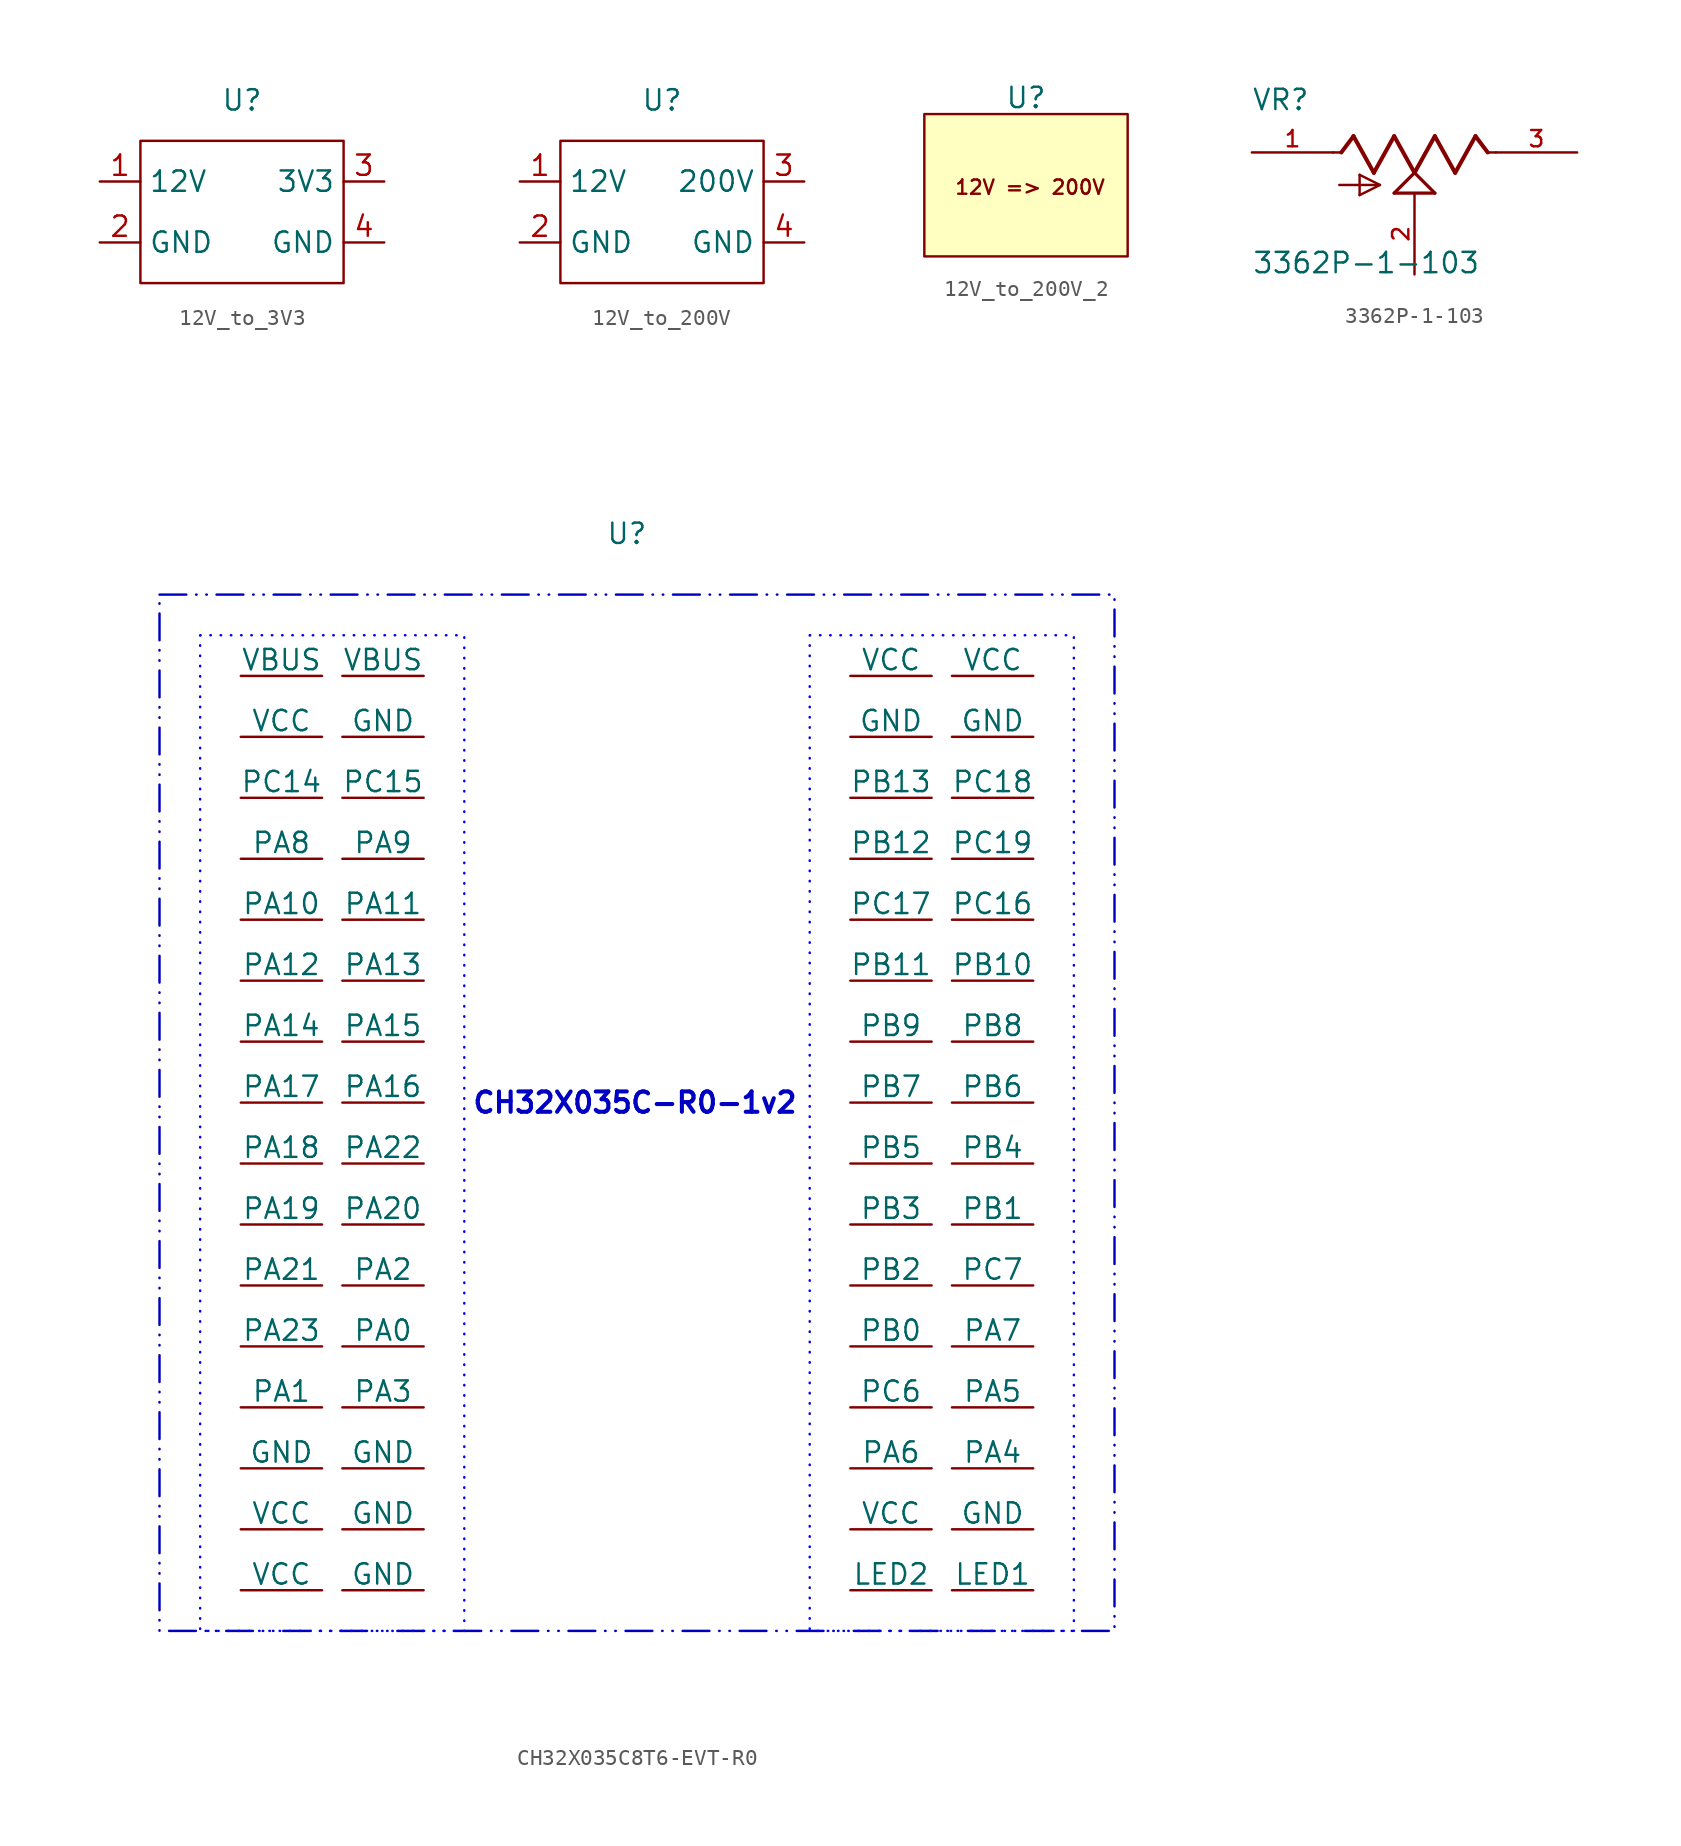
<source format=kicad_sym>
(kicad_symbol_lib
  (version 20231120)
  (generator "kicad_symbol_editor")
  (generator_version "8.0")
  (symbol "12V_to_3V3"
    (property "Reference" "U"
      (at 0 0 0)
      (effects (font (size 1.27 1.27))))
    (property "Value" ""
      (at 0 -3.81 0)
      (effects (font (size 1.27 1.27))))
    (symbol "12V_to_3V3_0_1"
      (rectangle (start -6.35 -2.54) (end 6.35 -11.43) (stroke (width 0) (type default)) (fill (type none))))
    (symbol "12V_to_3V3_1_1"
      (pin power_in line (at -8.89 -5.08 0) (length 2.54) (name "12V" (effects (font (size 1.27 1.27)))) (number "1" (effects (font (size 1.27 1.27)))))
      (pin power_in line (at -8.89 -8.89 0) (length 2.54) (name "GND" (effects (font (size 1.27 1.27)))) (number "2" (effects (font (size 1.27 1.27)))))
      (pin power_out line (at 8.89 -5.08 180) (length 2.54) (name "3V3" (effects (font (size 1.27 1.27)))) (number "3" (effects (font (size 1.27 1.27)))))
      (pin power_out line (at 8.89 -8.89 180) (length 2.54) (name "GND" (effects (font (size 1.27 1.27)))) (number "4" (effects (font (size 1.27 1.27)))))))
  (symbol "12V_to_200V"
    (property "Reference" "U"
      (at 0 0 0)
      (effects (font (size 1.27 1.27))))
    (property "Value" ""
      (at 0 -3.81 0)
      (effects (font (size 1.27 1.27))))
    (symbol "12V_to_200V_0_1"
      (rectangle (start -6.35 -2.54) (end 6.35 -11.43) (stroke (width 0) (type default)) (fill (type none))))
    (symbol "12V_to_200V_1_1"
      (pin power_in line (at -8.89 -5.08 0) (length 2.54) (name "12V" (effects (font (size 1.27 1.27)))) (number "1" (effects (font (size 1.27 1.27)))))
      (pin bidirectional line (at -8.89 -8.89 0) (length 2.54) (name "GND" (effects (font (size 1.27 1.27)))) (number "2" (effects (font (size 1.27 1.27)))))
      (pin power_out line (at 8.89 -5.08 180) (length 2.54) (name "200V" (effects (font (size 1.27 1.27)))) (number "3" (effects (font (size 1.27 1.27)))))
      (pin bidirectional line (at 8.89 -8.89 180) (length 2.54) (name "GND" (effects (font (size 1.27 1.27)))) (number "4" (effects (font (size 1.27 1.27)))))))
  (symbol "12V_to_200V_2"
    (property "Reference" "U"
      (at 0 -1.524 0)
      (effects (font (size 1.27 1.27))))
    (property "Value" ""
      (at 0 -3.81 0)
      (effects (font (size 1.27 1.27))))
    (symbol "12V_to_200V_2_1_1"
      (rectangle (start -6.35 -2.54) (end 6.35 -11.43) (stroke (width 0) (type default)) (fill (type background)))
      (text "12V => 200V" (at 0.254 -7.112 0) (effects (font (size 0.889 0.889))))))
  (symbol "3362P-1-103"
    (pin_names
      (offset 1.016))
    (property "Reference" "VR"
      (at -10.182 2.546 0)
      (effects (font (size 1.27 1.27)) (justify left bottom)))
    (property "Value" "3362P-1-103"
      (at -10.165 -7.642 0)
      (effects (font (size 1.27 1.27)) (justify left bottom)))
    (symbol "3362P-1-103_0_0"
      (polyline (pts (xy -5.08 0) (xy -4.572 0)) (stroke (width 0.152) (type default)) (fill (type none)))
      (polyline (pts (xy -4.699 -2.032) (xy -2.159 -2.032)) (stroke (width 0.152) (type default)) (fill (type none)))
      (polyline (pts (xy -4.572 0) (xy -3.81 1.016)) (stroke (width 0.254) (type default)) (fill (type none)))
      (polyline (pts (xy -3.81 1.016) (xy -2.54 -1.27)) (stroke (width 0.254) (type default)) (fill (type none)))
      (polyline (pts (xy -3.429 -2.667) (xy -3.429 -1.397)) (stroke (width 0.152) (type default)) (fill (type none)))
      (polyline (pts (xy -3.429 -1.397) (xy -2.159 -2.032)) (stroke (width 0.152) (type default)) (fill (type none)))
      (polyline (pts (xy -2.54 -1.27) (xy -1.27 1.016)) (stroke (width 0.254) (type default)) (fill (type none)))
      (polyline (pts (xy -2.159 -2.032) (xy -3.429 -2.667)) (stroke (width 0.152) (type default)) (fill (type none)))
      (polyline (pts (xy -1.27 -2.54) (xy 0 -1.27)) (stroke (width 0.203) (type default)) (fill (type none)))
      (polyline (pts (xy -1.27 1.016) (xy 0 -1.27)) (stroke (width 0.254) (type default)) (fill (type none)))
      (polyline (pts (xy 0 -1.27) (xy 1.27 -2.54)) (stroke (width 0.203) (type default)) (fill (type none)))
      (polyline (pts (xy 0 -1.27) (xy 1.27 1.016)) (stroke (width 0.254) (type default)) (fill (type none)))
      (polyline (pts (xy 1.27 -2.54) (xy -1.27 -2.54)) (stroke (width 0.203) (type default)) (fill (type none)))
      (polyline (pts (xy 1.27 1.016) (xy 2.54 -1.27)) (stroke (width 0.254) (type default)) (fill (type none)))
      (polyline (pts (xy 2.54 -1.27) (xy 3.81 1.016)) (stroke (width 0.254) (type default)) (fill (type none)))
      (polyline (pts (xy 3.81 1.016) (xy 4.572 0)) (stroke (width 0.254) (type default)) (fill (type none)))
      (polyline (pts (xy 4.572 0) (xy 5.08 0)) (stroke (width 0.152) (type default)) (fill (type none)))
      (pin passive line (at -10.16 0 0) (length 5.08) (name "~" (effects (font (size 1.016 1.016)))) (number "1" (effects (font (size 1.016 1.016)))))
      (pin passive line (at 0 -7.62 90) (length 5.08) (name "~" (effects (font (size 1.016 1.016)))) (number "2" (effects (font (size 1.016 1.016)))))
      (pin passive line (at 10.16 0 180) (length 5.08) (name "~" (effects (font (size 1.016 1.016)))) (number "3" (effects (font (size 1.016 1.016)))))))
  (symbol "CH32X035C8T6-EVT-R0"
    (pin_numbers hide)
    (pin_names
      (offset 0))
    (property "Reference" "U"
      (at 0 0 0)
      (effects (font (size 1.27 1.27))))
    (property "Value" ""
      (at 0 0 0)
      (effects (font (size 1.27 1.27))))
    (symbol "CH32X035C8T6-EVT-R0_1_1"
      (rectangle (start -29.21 -3.81) (end 30.48 -68.58) (stroke (width 0) (type dash_dot_dot) (color 0 0 194 1)) (fill (type none)))
      (rectangle (start -26.67 -6.35) (end -10.16 -68.58) (stroke (width 0) (type dot) (color 0 0 255 1)) (fill (type none)))
      (rectangle (start 11.43 -6.35) (end 27.94 -68.58) (stroke (width 0) (type dot) (color 0 0 255 1)) (fill (type none)))
      (text "CH32X035C-R0-1v2" (at 0.508 -35.56 0) (effects (font (size 1.27 1.27) (bold yes) (color 0 0 194 1))))
      (pin unspecified line (at -24.13 -8.89 0) (length 5.08) (name "VBUS" (effects (font (size 1.27 1.27)))) (number "1" (effects (font (size 1.27 1.27)))))
      (pin unspecified line (at -12.7 -24.13 180) (length 5.08) (name "PA11" (effects (font (size 1.27 1.27)))) (number "10" (effects (font (size 1.27 1.27)))))
      (pin unspecified line (at -24.13 -27.94 0) (length 5.08) (name "PA12" (effects (font (size 1.27 1.27)))) (number "11" (effects (font (size 1.27 1.27)))))
      (pin unspecified line (at -12.7 -27.94 180) (length 5.08) (name "PA13" (effects (font (size 1.27 1.27)))) (number "12" (effects (font (size 1.27 1.27)))))
      (pin unspecified line (at -24.13 -31.75 0) (length 5.08) (name "PA14" (effects (font (size 1.27 1.27)))) (number "13" (effects (font (size 1.27 1.27)))))
      (pin unspecified line (at -12.7 -31.75 180) (length 5.08) (name "PA15" (effects (font (size 1.27 1.27)))) (number "14" (effects (font (size 1.27 1.27)))))
      (pin unspecified line (at -24.13 -35.56 0) (length 5.08) (name "PA17" (effects (font (size 1.27 1.27)))) (number "15" (effects (font (size 1.27 1.27)))))
      (pin unspecified line (at -12.7 -35.56 180) (length 5.08) (name "PA16" (effects (font (size 1.27 1.27)))) (number "16" (effects (font (size 1.27 1.27)))))
      (pin unspecified line (at -24.13 -39.37 0) (length 5.08) (name "PA18" (effects (font (size 1.27 1.27)))) (number "17" (effects (font (size 1.27 1.27)))))
      (pin unspecified line (at -12.7 -39.37 180) (length 5.08) (name "PA22" (effects (font (size 1.27 1.27)))) (number "18" (effects (font (size 1.27 1.27)))))
      (pin unspecified line (at -24.13 -43.18 0) (length 5.08) (name "PA19" (effects (font (size 1.27 1.27)))) (number "19" (effects (font (size 1.27 1.27)))))
      (pin unspecified line (at -12.7 -8.89 180) (length 5.08) (name "VBUS" (effects (font (size 1.27 1.27)))) (number "2" (effects (font (size 1.27 1.27)))))
      (pin unspecified line (at -12.7 -43.18 180) (length 5.08) (name "PA20" (effects (font (size 1.27 1.27)))) (number "20" (effects (font (size 1.27 1.27)))))
      (pin unspecified line (at -24.13 -46.99 0) (length 5.08) (name "PA21" (effects (font (size 1.27 1.27)))) (number "21" (effects (font (size 1.27 1.27)))))
      (pin unspecified line (at -12.7 -46.99 180) (length 5.08) (name "PA2" (effects (font (size 1.27 1.27)))) (number "22" (effects (font (size 1.27 1.27)))))
      (pin unspecified line (at -24.13 -50.8 0) (length 5.08) (name "PA23" (effects (font (size 1.27 1.27)))) (number "23" (effects (font (size 1.27 1.27)))))
      (pin unspecified line (at -12.7 -50.8 180) (length 5.08) (name "PA0" (effects (font (size 1.27 1.27)))) (number "24" (effects (font (size 1.27 1.27)))))
      (pin unspecified line (at -24.13 -54.61 0) (length 5.08) (name "PA1" (effects (font (size 1.27 1.27)))) (number "25" (effects (font (size 1.27 1.27)))))
      (pin unspecified line (at -12.7 -54.61 180) (length 5.08) (name "PA3" (effects (font (size 1.27 1.27)))) (number "26" (effects (font (size 1.27 1.27)))))
      (pin unspecified line (at -24.13 -58.42 0) (length 5.08) (name "GND" (effects (font (size 1.27 1.27)))) (number "27" (effects (font (size 1.27 1.27)))))
      (pin unspecified line (at -12.7 -58.42 180) (length 5.08) (name "GND" (effects (font (size 1.27 1.27)))) (number "28" (effects (font (size 1.27 1.27)))))
      (pin unspecified line (at -24.13 -62.23 0) (length 5.08) (name "VCC" (effects (font (size 1.27 1.27)))) (number "29" (effects (font (size 1.27 1.27)))))
      (pin unspecified line (at -24.13 -12.7 0) (length 5.08) (name "VCC" (effects (font (size 1.27 1.27)))) (number "3" (effects (font (size 1.27 1.27)))))
      (pin unspecified line (at -12.7 -62.23 180) (length 5.08) (name "GND" (effects (font (size 1.27 1.27)))) (number "30" (effects (font (size 1.27 1.27)))))
      (pin unspecified line (at -24.13 -66.04 0) (length 5.08) (name "VCC" (effects (font (size 1.27 1.27)))) (number "31" (effects (font (size 1.27 1.27)))))
      (pin unspecified line (at -12.7 -66.04 180) (length 5.08) (name "GND" (effects (font (size 1.27 1.27)))) (number "32" (effects (font (size 1.27 1.27)))))
      (pin unspecified line (at 13.97 -8.89 0) (length 5.08) (name "VCC" (effects (font (size 1.27 1.27)))) (number "33" (effects (font (size 1.27 1.27)))))
      (pin unspecified line (at 25.4 -8.89 180) (length 5.08) (name "VCC" (effects (font (size 1.27 1.27)))) (number "34" (effects (font (size 1.27 1.27)))))
      (pin unspecified line (at 13.97 -12.7 0) (length 5.08) (name "GND" (effects (font (size 1.27 1.27)))) (number "35" (effects (font (size 1.27 1.27)))))
      (pin unspecified line (at 25.4 -12.7 180) (length 5.08) (name "GND" (effects (font (size 1.27 1.27)))) (number "36" (effects (font (size 1.27 1.27)))))
      (pin unspecified line (at 13.97 -16.51 0) (length 5.08) (name "PB13" (effects (font (size 1.27 1.27)))) (number "37" (effects (font (size 1.27 1.27)))))
      (pin unspecified line (at 25.4 -16.51 180) (length 5.08) (name "PC18" (effects (font (size 1.27 1.27)))) (number "38" (effects (font (size 1.27 1.27)))))
      (pin unspecified line (at 13.97 -20.32 0) (length 5.08) (name "PB12" (effects (font (size 1.27 1.27)))) (number "39" (effects (font (size 1.27 1.27)))))
      (pin unspecified line (at -12.7 -12.7 180) (length 5.08) (name "GND" (effects (font (size 1.27 1.27)))) (number "4" (effects (font (size 1.27 1.27)))))
      (pin unspecified line (at 25.4 -20.32 180) (length 5.08) (name "PC19" (effects (font (size 1.27 1.27)))) (number "40" (effects (font (size 1.27 1.27)))))
      (pin unspecified line (at 13.97 -24.13 0) (length 5.08) (name "PC17" (effects (font (size 1.27 1.27)))) (number "41" (effects (font (size 1.27 1.27)))))
      (pin unspecified line (at 25.4 -24.13 180) (length 5.08) (name "PC16" (effects (font (size 1.27 1.27)))) (number "42" (effects (font (size 1.27 1.27)))))
      (pin unspecified line (at 13.97 -27.94 0) (length 5.08) (name "PB11" (effects (font (size 1.27 1.27)))) (number "43" (effects (font (size 1.27 1.27)))))
      (pin unspecified line (at 25.4 -27.94 180) (length 5.08) (name "PB10" (effects (font (size 1.27 1.27)))) (number "44" (effects (font (size 1.27 1.27)))))
      (pin unspecified line (at 13.97 -31.75 0) (length 5.08) (name "PB9" (effects (font (size 1.27 1.27)))) (number "45" (effects (font (size 1.27 1.27)))))
      (pin unspecified line (at 25.4 -31.75 180) (length 5.08) (name "PB8" (effects (font (size 1.27 1.27)))) (number "46" (effects (font (size 1.27 1.27)))))
      (pin unspecified line (at 13.97 -35.56 0) (length 5.08) (name "PB7" (effects (font (size 1.27 1.27)))) (number "47" (effects (font (size 1.27 1.27)))))
      (pin unspecified line (at 25.4 -35.56 180) (length 5.08) (name "PB6" (effects (font (size 1.27 1.27)))) (number "48" (effects (font (size 1.27 1.27)))))
      (pin unspecified line (at 13.97 -39.37 0) (length 5.08) (name "PB5" (effects (font (size 1.27 1.27)))) (number "49" (effects (font (size 1.27 1.27)))))
      (pin unspecified line (at -24.13 -16.51 0) (length 5.08) (name "PC14" (effects (font (size 1.27 1.27)))) (number "5" (effects (font (size 1.27 1.27)))))
      (pin unspecified line (at 25.4 -39.37 180) (length 5.08) (name "PB4" (effects (font (size 1.27 1.27)))) (number "50" (effects (font (size 1.27 1.27)))))
      (pin unspecified line (at 13.97 -43.18 0) (length 5.08) (name "PB3" (effects (font (size 1.27 1.27)))) (number "51" (effects (font (size 1.27 1.27)))))
      (pin unspecified line (at 25.4 -43.18 180) (length 5.08) (name "PB1" (effects (font (size 1.27 1.27)))) (number "52" (effects (font (size 1.27 1.27)))))
      (pin unspecified line (at 13.97 -46.99 0) (length 5.08) (name "PB2" (effects (font (size 1.27 1.27)))) (number "53" (effects (font (size 1.27 1.27)))))
      (pin unspecified line (at 25.4 -46.99 180) (length 5.08) (name "PC7" (effects (font (size 1.27 1.27)))) (number "54" (effects (font (size 1.27 1.27)))))
      (pin unspecified line (at 13.97 -50.8 0) (length 5.08) (name "PB0" (effects (font (size 1.27 1.27)))) (number "55" (effects (font (size 1.27 1.27)))))
      (pin unspecified line (at 25.4 -50.8 180) (length 5.08) (name "PA7" (effects (font (size 1.27 1.27)))) (number "56" (effects (font (size 1.27 1.27)))))
      (pin unspecified line (at 13.97 -54.61 0) (length 5.08) (name "PC6" (effects (font (size 1.27 1.27)))) (number "57" (effects (font (size 1.27 1.27)))))
      (pin unspecified line (at 25.4 -54.61 180) (length 5.08) (name "PA5" (effects (font (size 1.27 1.27)))) (number "58" (effects (font (size 1.27 1.27)))))
      (pin unspecified line (at 13.97 -58.42 0) (length 5.08) (name "PA6" (effects (font (size 1.27 1.27)))) (number "59" (effects (font (size 1.27 1.27)))))
      (pin unspecified line (at -12.7 -16.51 180) (length 5.08) (name "PC15" (effects (font (size 1.27 1.27)))) (number "6" (effects (font (size 1.27 1.27)))))
      (pin unspecified line (at 25.4 -58.42 180) (length 5.08) (name "PA4" (effects (font (size 1.27 1.27)))) (number "60" (effects (font (size 1.27 1.27)))))
      (pin unspecified line (at 13.97 -62.23 0) (length 5.08) (name "VCC" (effects (font (size 1.27 1.27)))) (number "61" (effects (font (size 1.27 1.27)))))
      (pin unspecified line (at 25.4 -62.23 180) (length 5.08) (name "GND" (effects (font (size 1.27 1.27)))) (number "62" (effects (font (size 1.27 1.27)))))
      (pin unspecified line (at 13.97 -66.04 0) (length 5.08) (name "LED2" (effects (font (size 1.27 1.27)))) (number "63" (effects (font (size 1.27 1.27)))))
      (pin unspecified line (at 25.4 -66.04 180) (length 5.08) (name "LED1" (effects (font (size 1.27 1.27)))) (number "64" (effects (font (size 1.27 1.27)))))
      (pin unspecified line (at -24.13 -20.32 0) (length 5.08) (name "PA8" (effects (font (size 1.27 1.27)))) (number "7" (effects (font (size 1.27 1.27)))))
      (pin unspecified line (at -12.7 -20.32 180) (length 5.08) (name "PA9" (effects (font (size 1.27 1.27)))) (number "8" (effects (font (size 1.27 1.27)))))
      (pin unspecified line (at -24.13 -24.13 0) (length 5.08) (name "PA10" (effects (font (size 1.27 1.27)))) (number "9" (effects (font (size 1.27 1.27))))))))
</source>
